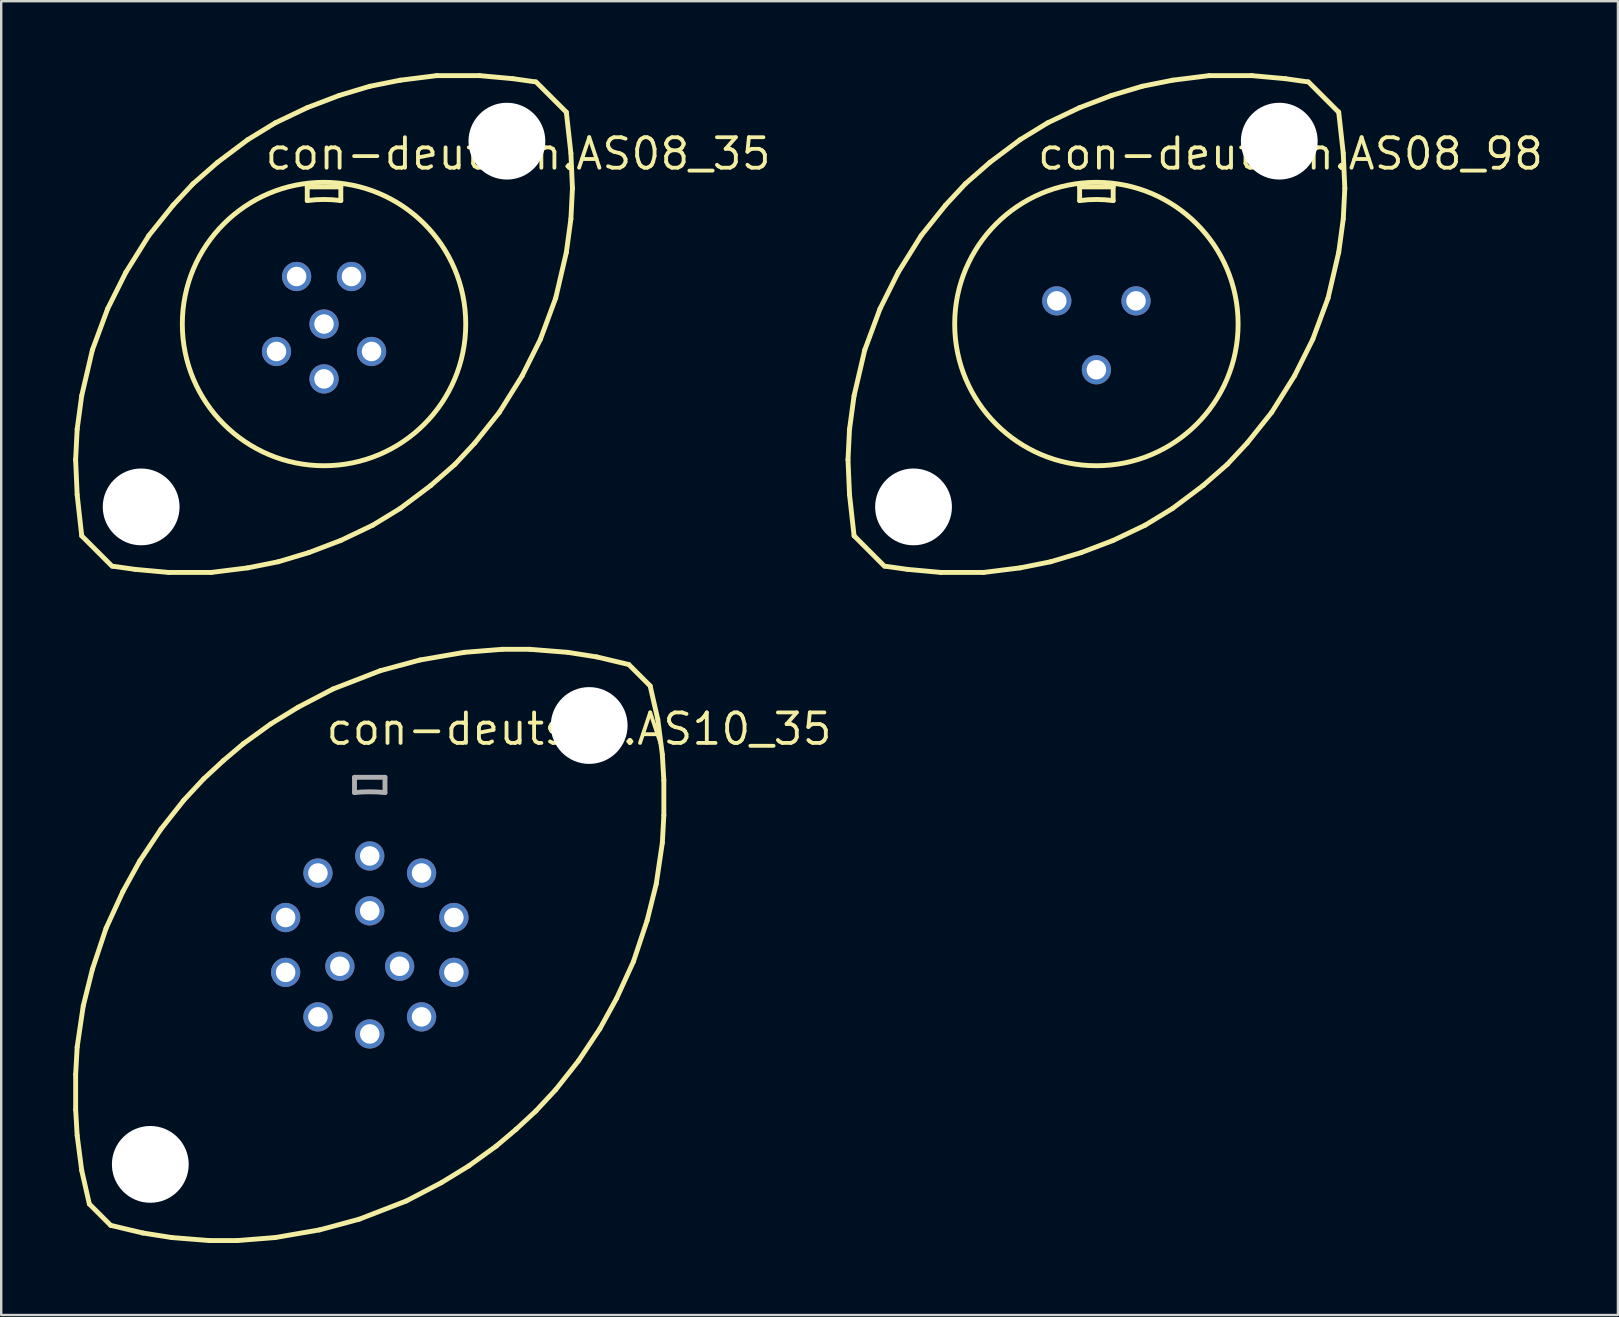
<source format=kicad_pcb>
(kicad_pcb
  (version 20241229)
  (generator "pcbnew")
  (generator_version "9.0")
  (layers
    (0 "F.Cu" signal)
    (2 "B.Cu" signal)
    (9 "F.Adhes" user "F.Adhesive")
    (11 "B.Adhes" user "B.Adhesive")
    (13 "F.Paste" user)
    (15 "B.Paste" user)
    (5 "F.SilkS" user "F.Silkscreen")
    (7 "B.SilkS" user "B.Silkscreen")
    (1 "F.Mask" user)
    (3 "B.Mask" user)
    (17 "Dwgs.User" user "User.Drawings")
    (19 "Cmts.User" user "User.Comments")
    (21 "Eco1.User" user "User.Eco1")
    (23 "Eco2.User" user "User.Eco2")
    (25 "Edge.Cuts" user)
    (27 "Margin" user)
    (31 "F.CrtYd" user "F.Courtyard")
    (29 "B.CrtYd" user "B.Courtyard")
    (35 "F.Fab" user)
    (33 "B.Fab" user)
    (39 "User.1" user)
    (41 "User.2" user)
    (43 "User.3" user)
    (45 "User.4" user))
  (footprint "con-deutsch.AS10_35"
    (layer "F.Cu")
    (at 12.357 36.325)
    (property "Reference" "con-deutsch.AS10_35" (at -1.905 -8.255 0) (layer "F.SilkS") (effects (font (size 1.27 1.27) (thickness 0.16)) (justify left bottom)))
    (attr through_hole)
    (fp_line (start -12.255 5.397) (end -12.192 4.255) (stroke (width 0.203) (type default)) (layer "F.SilkS"))
    (fp_line (start -12.255 6.858) (end -12.255 5.397) (stroke (width 0.203) (type default)) (layer "F.SilkS"))
    (fp_line (start -12.192 4.255) (end -11.938 2.54) (stroke (width 0.203) (type default)) (layer "F.SilkS"))
    (fp_line (start -12.192 7.938) (end -12.255 6.858) (stroke (width 0.203) (type default)) (layer "F.SilkS"))
    (fp_line (start -12.002 9.398) (end -12.192 7.938) (stroke (width 0.203) (type default)) (layer "F.SilkS"))
    (fp_line (start -11.938 2.54) (end -11.557 1.016) (stroke (width 0.203) (type default)) (layer "F.SilkS"))
    (fp_line (start -11.684 10.795) (end -12.002 9.398) (stroke (width 0.203) (type default)) (layer "F.SilkS"))
    (fp_line (start -11.684 10.795) (end -10.795 11.684) (stroke (width 0.203) (type default)) (layer "F.SilkS"))
    (fp_line (start -11.557 1.016) (end -10.986 -0.699) (stroke (width 0.203) (type default)) (layer "F.SilkS"))
    (fp_line (start -10.986 -0.699) (end -10.287 -2.223) (stroke (width 0.203) (type default)) (layer "F.SilkS"))
    (fp_line (start -10.287 -2.223) (end -9.588 -3.493) (stroke (width 0.203) (type default)) (layer "F.SilkS"))
    (fp_line (start -9.588 -3.493) (end -8.7 -4.826) (stroke (width 0.203) (type default)) (layer "F.SilkS"))
    (fp_line (start -9.461 12.002) (end -10.795 11.684) (stroke (width 0.203) (type default)) (layer "F.SilkS"))
    (fp_line (start -8.7 -4.826) (end -7.747 -6.032) (stroke (width 0.203) (type default)) (layer "F.SilkS"))
    (fp_line (start -8.255 12.192) (end -9.461 12.002) (stroke (width 0.203) (type default)) (layer "F.SilkS"))
    (fp_line (start -7.747 -6.032) (end -6.921 -6.921) (stroke (width 0.203) (type default)) (layer "F.SilkS"))
    (fp_line (start -6.921 -6.921) (end -6.096 -7.684) (stroke (width 0.203) (type default)) (layer "F.SilkS"))
    (fp_line (start -6.668 12.319) (end -8.255 12.192) (stroke (width 0.203) (type default)) (layer "F.SilkS"))
    (fp_line (start -6.096 -7.684) (end -5.271 -8.382) (stroke (width 0.203) (type default)) (layer "F.SilkS"))
    (fp_line (start -5.524 12.319) (end -6.668 12.319) (stroke (width 0.203) (type default)) (layer "F.SilkS"))
    (fp_line (start -5.271 -8.382) (end -4.128 -9.207) (stroke (width 0.203) (type default)) (layer "F.SilkS"))
    (fp_line (start -4.128 -9.207) (end -2.985 -9.906) (stroke (width 0.203) (type default)) (layer "F.SilkS"))
    (fp_line (start -3.937 12.192) (end -5.524 12.319) (stroke (width 0.203) (type default)) (layer "F.SilkS"))
    (fp_line (start -2.985 -9.906) (end -1.524 -10.668) (stroke (width 0.203) (type default)) (layer "F.SilkS"))
    (fp_line (start -2.095 11.874) (end -3.937 12.192) (stroke (width 0.203) (type default)) (layer "F.SilkS"))
    (fp_line (start -1.524 -10.668) (end 0.445 -11.43) (stroke (width 0.203) (type default)) (layer "F.SilkS"))
    (fp_line (start -0.445 11.43) (end -2.095 11.874) (stroke (width 0.203) (type default)) (layer "F.SilkS"))
    (fp_line (start 0.445 -11.43) (end 2.095 -11.874) (stroke (width 0.203) (type default)) (layer "F.SilkS"))
    (fp_line (start 1.524 10.668) (end -0.445 11.43) (stroke (width 0.203) (type default)) (layer "F.SilkS"))
    (fp_line (start 2.095 -11.874) (end 3.937 -12.192) (stroke (width 0.203) (type default)) (layer "F.SilkS"))
    (fp_line (start 2.985 9.906) (end 1.524 10.668) (stroke (width 0.203) (type default)) (layer "F.SilkS"))
    (fp_line (start 3.937 -12.192) (end 5.524 -12.319) (stroke (width 0.203) (type default)) (layer "F.SilkS"))
    (fp_line (start 4.128 9.207) (end 2.985 9.906) (stroke (width 0.203) (type default)) (layer "F.SilkS"))
    (fp_line (start 5.271 8.382) (end 4.128 9.207) (stroke (width 0.203) (type default)) (layer "F.SilkS"))
    (fp_line (start 5.524 -12.319) (end 6.668 -12.319) (stroke (width 0.203) (type default)) (layer "F.SilkS"))
    (fp_line (start 6.096 7.684) (end 5.271 8.382) (stroke (width 0.203) (type default)) (layer "F.SilkS"))
    (fp_line (start 6.668 -12.319) (end 8.255 -12.192) (stroke (width 0.203) (type default)) (layer "F.SilkS"))
    (fp_line (start 6.921 6.921) (end 6.096 7.684) (stroke (width 0.203) (type default)) (layer "F.SilkS"))
    (fp_line (start 7.747 6.032) (end 6.921 6.921) (stroke (width 0.203) (type default)) (layer "F.SilkS"))
    (fp_line (start 8.255 -12.192) (end 9.461 -12.002) (stroke (width 0.203) (type default)) (layer "F.SilkS"))
    (fp_line (start 8.7 4.826) (end 7.747 6.032) (stroke (width 0.203) (type default)) (layer "F.SilkS"))
    (fp_line (start 9.461 -12.002) (end 10.795 -11.684) (stroke (width 0.203) (type default)) (layer "F.SilkS"))
    (fp_line (start 9.588 3.493) (end 8.7 4.826) (stroke (width 0.203) (type default)) (layer "F.SilkS"))
    (fp_line (start 10.287 2.223) (end 9.588 3.493) (stroke (width 0.203) (type default)) (layer "F.SilkS"))
    (fp_line (start 10.795 -11.684) (end 11.684 -10.795) (stroke (width 0.203) (type default)) (layer "F.SilkS"))
    (fp_line (start 10.986 0.699) (end 10.287 2.223) (stroke (width 0.203) (type default)) (layer "F.SilkS"))
    (fp_line (start 11.557 -1.016) (end 10.986 0.699) (stroke (width 0.203) (type default)) (layer "F.SilkS"))
    (fp_line (start 11.684 -10.795) (end 12.002 -9.398) (stroke (width 0.203) (type default)) (layer "F.SilkS"))
    (fp_line (start 11.938 -2.54) (end 11.557 -1.016) (stroke (width 0.203) (type default)) (layer "F.SilkS"))
    (fp_line (start 12.002 -9.398) (end 12.192 -7.938) (stroke (width 0.203) (type default)) (layer "F.SilkS"))
    (fp_line (start 12.192 -7.938) (end 12.255 -6.858) (stroke (width 0.203) (type default)) (layer "F.SilkS"))
    (fp_line (start 12.192 -4.255) (end 11.938 -2.54) (stroke (width 0.203) (type default)) (layer "F.SilkS"))
    (fp_line (start 12.255 -6.858) (end 12.255 -5.397) (stroke (width 0.203) (type default)) (layer "F.SilkS"))
    (fp_line (start 12.255 -5.397) (end 12.192 -4.255) (stroke (width 0.203) (type default)) (layer "F.SilkS"))
    (fp_line (start -0.635 -6.985) (end 0.635 -6.985) (stroke (width 0.203) (type default)) (layer "F.Fab"))
    (fp_line (start -0.635 -6.35) (end -0.635 -6.985) (stroke (width 0.203) (type default)) (layer "F.Fab"))
    (fp_line (start 0.635 -6.985) (end 0.635 -6.35) (stroke (width 0.203) (type default)) (layer "F.Fab"))
    (fp_arc (start -0.635 -6.35) (mid 0 -6.381671) (end 0.635 -6.35) (stroke (width 0.2032) (type default)) (layer "F.Fab"))
    (pad "" np_thru_hole circle (at -9.144 9.144) (size 3.2 3.2) (drill 3.2) (layers "*.Cu" "*.Mask"))
    (pad "" np_thru_hole circle (at 9.144 -9.144) (size 3.2 3.2) (drill 3.2) (layers "*.Cu" "*.Mask"))
    (pad "1" thru_hole circle (at 0 -3.708) (size 1.219 1.219) (drill 0.813) (layers "*.Cu" "*.Mask"))
    (pad "2" thru_hole circle (at 2.159 -2.997) (size 1.219 1.219) (drill 0.813) (layers "*.Cu" "*.Mask"))
    (pad "3" thru_hole circle (at 3.505 -1.143) (size 1.219 1.219) (drill 0.813) (layers "*.Cu" "*.Mask"))
    (pad "4" thru_hole circle (at 3.505 1.143) (size 1.219 1.219) (drill 0.813) (layers "*.Cu" "*.Mask"))
    (pad "5" thru_hole circle (at 2.159 2.997) (size 1.219 1.219) (drill 0.813) (layers "*.Cu" "*.Mask"))
    (pad "6" thru_hole circle (at 0 3.708) (size 1.219 1.219) (drill 0.813) (layers "*.Cu" "*.Mask"))
    (pad "7" thru_hole circle (at -2.159 2.997) (size 1.219 1.219) (drill 0.813) (layers "*.Cu" "*.Mask"))
    (pad "8" thru_hole circle (at -3.505 1.143) (size 1.219 1.219) (drill 0.813) (layers "*.Cu" "*.Mask"))
    (pad "9" thru_hole circle (at -3.505 -1.143) (size 1.219 1.219) (drill 0.813) (layers "*.Cu" "*.Mask"))
    (pad "10" thru_hole circle (at -2.159 -2.997) (size 1.219 1.219) (drill 0.813) (layers "*.Cu" "*.Mask"))
    (pad "11" thru_hole circle (at 0 -1.422) (size 1.219 1.219) (drill 0.813) (layers "*.Cu" "*.Mask"))
    (pad "12" thru_hole circle (at 1.245 0.889) (size 1.219 1.219) (drill 0.813) (layers "*.Cu" "*.Mask"))
    (pad "13" thru_hole circle (at -1.245 0.889) (size 1.219 1.219) (drill 0.813) (layers "*.Cu" "*.Mask")))
  (footprint "con-deutsch.AS08_98"
    (layer "F.Cu")
    (at 42.636 10.452)
    (property "Reference" "con-deutsch.AS08_98" (at -2.54 -6.35 0) (layer "F.SilkS") (effects (font (size 1.27 1.27) (thickness 0.16)) (justify left bottom)))
    (attr through_hole)
    (fp_line (start -10.351 5.652) (end -10.287 4.381) (stroke (width 0.203) (type default)) (layer "F.SilkS"))
    (fp_line (start -10.287 4.381) (end -10.097 2.985) (stroke (width 0.203) (type default)) (layer "F.SilkS"))
    (fp_line (start -10.287 7.112) (end -10.351 5.652) (stroke (width 0.203) (type default)) (layer "F.SilkS"))
    (fp_line (start -10.097 2.985) (end -9.652 1.079) (stroke (width 0.203) (type default)) (layer "F.SilkS"))
    (fp_line (start -10.097 8.826) (end -10.287 7.112) (stroke (width 0.203) (type default)) (layer "F.SilkS"))
    (fp_line (start -9.652 1.079) (end -9.017 -0.635) (stroke (width 0.203) (type default)) (layer "F.SilkS"))
    (fp_line (start -9.017 -0.635) (end -8.255 -2.159) (stroke (width 0.203) (type default)) (layer "F.SilkS"))
    (fp_line (start -8.826 10.097) (end -10.097 8.826) (stroke (width 0.203) (type default)) (layer "F.SilkS"))
    (fp_line (start -8.255 -2.159) (end -7.303 -3.683) (stroke (width 0.203) (type default)) (layer "F.SilkS"))
    (fp_line (start -7.874 10.223) (end -8.763 10.097) (stroke (width 0.203) (type default)) (layer "F.SilkS"))
    (fp_line (start -7.303 -3.683) (end -6.287 -4.953) (stroke (width 0.203) (type default)) (layer "F.SilkS"))
    (fp_line (start -6.477 10.351) (end -7.874 10.223) (stroke (width 0.203) (type default)) (layer "F.SilkS"))
    (fp_line (start -6.287 -4.953) (end -5.461 -5.842) (stroke (width 0.203) (type default)) (layer "F.SilkS"))
    (fp_line (start -5.461 -5.842) (end -4.445 -6.731) (stroke (width 0.203) (type default)) (layer "F.SilkS"))
    (fp_line (start -4.699 10.351) (end -6.477 10.351) (stroke (width 0.203) (type default)) (layer "F.SilkS"))
    (fp_line (start -4.445 -6.731) (end -3.175 -7.684) (stroke (width 0.203) (type default)) (layer "F.SilkS"))
    (fp_line (start -3.175 -7.684) (end -2.032 -8.382) (stroke (width 0.203) (type default)) (layer "F.SilkS"))
    (fp_line (start -3.175 10.16) (end -4.699 10.351) (stroke (width 0.203) (type default)) (layer "F.SilkS"))
    (fp_line (start -2.032 -8.382) (end -0.699 -9.017) (stroke (width 0.203) (type default)) (layer "F.SilkS"))
    (fp_line (start -1.905 9.906) (end -3.175 10.16) (stroke (width 0.203) (type default)) (layer "F.SilkS"))
    (fp_line (start -0.699 -9.017) (end 0.635 -9.525) (stroke (width 0.203) (type default)) (layer "F.SilkS"))
    (fp_line (start -0.699 -5.715) (end 0.699 -5.715) (stroke (width 0.203) (type default)) (layer "F.SilkS"))
    (fp_line (start -0.699 -5.144) (end -0.699 -5.715) (stroke (width 0.203) (type default)) (layer "F.SilkS"))
    (fp_line (start -0.635 9.525) (end -1.905 9.906) (stroke (width 0.203) (type default)) (layer "F.SilkS"))
    (fp_line (start 0.635 -9.525) (end 1.905 -9.906) (stroke (width 0.203) (type default)) (layer "F.SilkS"))
    (fp_line (start 0.699 -5.715) (end 0.699 -5.144) (stroke (width 0.203) (type default)) (layer "F.SilkS"))
    (fp_line (start 0.699 9.017) (end -0.635 9.525) (stroke (width 0.203) (type default)) (layer "F.SilkS"))
    (fp_line (start 1.905 -9.906) (end 3.175 -10.16) (stroke (width 0.203) (type default)) (layer "F.SilkS"))
    (fp_line (start 2.032 8.382) (end 0.699 9.017) (stroke (width 0.203) (type default)) (layer "F.SilkS"))
    (fp_line (start 3.175 -10.16) (end 4.699 -10.351) (stroke (width 0.203) (type default)) (layer "F.SilkS"))
    (fp_line (start 3.175 7.684) (end 2.032 8.382) (stroke (width 0.203) (type default)) (layer "F.SilkS"))
    (fp_line (start 4.445 6.731) (end 3.175 7.684) (stroke (width 0.203) (type default)) (layer "F.SilkS"))
    (fp_line (start 4.699 -10.351) (end 6.477 -10.351) (stroke (width 0.203) (type default)) (layer "F.SilkS"))
    (fp_line (start 5.461 5.842) (end 4.445 6.731) (stroke (width 0.203) (type default)) (layer "F.SilkS"))
    (fp_line (start 6.287 4.953) (end 5.461 5.842) (stroke (width 0.203) (type default)) (layer "F.SilkS"))
    (fp_line (start 6.477 -10.351) (end 7.874 -10.223) (stroke (width 0.203) (type default)) (layer "F.SilkS"))
    (fp_line (start 7.303 3.683) (end 6.287 4.953) (stroke (width 0.203) (type default)) (layer "F.SilkS"))
    (fp_line (start 7.874 -10.223) (end 8.763 -10.097) (stroke (width 0.203) (type default)) (layer "F.SilkS"))
    (fp_line (start 8.255 2.159) (end 7.303 3.683) (stroke (width 0.203) (type default)) (layer "F.SilkS"))
    (fp_line (start 8.826 -10.097) (end 10.097 -8.826) (stroke (width 0.203) (type default)) (layer "F.SilkS"))
    (fp_line (start 9.017 0.635) (end 8.255 2.159) (stroke (width 0.203) (type default)) (layer "F.SilkS"))
    (fp_line (start 9.652 -1.079) (end 9.017 0.635) (stroke (width 0.203) (type default)) (layer "F.SilkS"))
    (fp_line (start 10.097 -8.826) (end 10.287 -7.112) (stroke (width 0.203) (type default)) (layer "F.SilkS"))
    (fp_line (start 10.097 -2.985) (end 9.652 -1.079) (stroke (width 0.203) (type default)) (layer "F.SilkS"))
    (fp_line (start 10.287 -7.112) (end 10.351 -5.652) (stroke (width 0.203) (type default)) (layer "F.SilkS"))
    (fp_line (start 10.287 -4.381) (end 10.097 -2.985) (stroke (width 0.203) (type default)) (layer "F.SilkS"))
    (fp_line (start 10.351 -5.652) (end 10.287 -4.381) (stroke (width 0.203) (type default)) (layer "F.SilkS"))
    (fp_arc (start -0.6985 -5.1435) (mid 0 -5.190712) (end 0.6985 -5.1435) (stroke (width 0.2032) (type default)) (layer "F.SilkS"))
    (fp_circle (center 0 0) (end 5.905 0) (stroke (width 0.203) (type default)) (fill no) (layer "F.SilkS"))
    (pad "" np_thru_hole circle (at -7.62 7.62) (size 3.2 3.2) (drill 3.2) (layers "*.Cu" "*.Mask"))
    (pad "" np_thru_hole circle (at 7.62 -7.62) (size 3.2 3.2) (drill 3.2) (layers "*.Cu" "*.Mask"))
    (pad "A" thru_hole circle (at 1.651 -0.965) (size 1.219 1.219) (drill 0.813) (layers "*.Cu" "*.Mask"))
    (pad "B" thru_hole circle (at -1.651 -0.965) (size 1.219 1.219) (drill 0.813) (layers "*.Cu" "*.Mask"))
    (pad "C" thru_hole circle (at 0 1.905) (size 1.219 1.219) (drill 0.813) (layers "*.Cu" "*.Mask")))
  (footprint "con-deutsch.AS08_35"
    (layer "F.Cu")
    (at 10.452 10.452)
    (property "Reference" "con-deutsch.AS08_35" (at -2.54 -6.35 0) (layer "F.SilkS") (effects (font (size 1.27 1.27) (thickness 0.16)) (justify left bottom)))
    (attr through_hole)
    (fp_line (start -10.351 5.652) (end -10.287 4.381) (stroke (width 0.203) (type default)) (layer "F.SilkS"))
    (fp_line (start -10.287 4.381) (end -10.097 2.985) (stroke (width 0.203) (type default)) (layer "F.SilkS"))
    (fp_line (start -10.287 7.112) (end -10.351 5.652) (stroke (width 0.203) (type default)) (layer "F.SilkS"))
    (fp_line (start -10.097 2.985) (end -9.652 1.079) (stroke (width 0.203) (type default)) (layer "F.SilkS"))
    (fp_line (start -10.097 8.826) (end -10.287 7.112) (stroke (width 0.203) (type default)) (layer "F.SilkS"))
    (fp_line (start -9.652 1.079) (end -9.017 -0.635) (stroke (width 0.203) (type default)) (layer "F.SilkS"))
    (fp_line (start -9.017 -0.635) (end -8.255 -2.159) (stroke (width 0.203) (type default)) (layer "F.SilkS"))
    (fp_line (start -8.826 10.097) (end -10.097 8.826) (stroke (width 0.203) (type default)) (layer "F.SilkS"))
    (fp_line (start -8.255 -2.159) (end -7.303 -3.683) (stroke (width 0.203) (type default)) (layer "F.SilkS"))
    (fp_line (start -7.874 10.223) (end -8.763 10.097) (stroke (width 0.203) (type default)) (layer "F.SilkS"))
    (fp_line (start -7.303 -3.683) (end -6.287 -4.953) (stroke (width 0.203) (type default)) (layer "F.SilkS"))
    (fp_line (start -6.477 10.351) (end -7.874 10.223) (stroke (width 0.203) (type default)) (layer "F.SilkS"))
    (fp_line (start -6.287 -4.953) (end -5.461 -5.842) (stroke (width 0.203) (type default)) (layer "F.SilkS"))
    (fp_line (start -5.461 -5.842) (end -4.445 -6.731) (stroke (width 0.203) (type default)) (layer "F.SilkS"))
    (fp_line (start -4.699 10.351) (end -6.477 10.351) (stroke (width 0.203) (type default)) (layer "F.SilkS"))
    (fp_line (start -4.445 -6.731) (end -3.175 -7.684) (stroke (width 0.203) (type default)) (layer "F.SilkS"))
    (fp_line (start -3.175 -7.684) (end -2.032 -8.382) (stroke (width 0.203) (type default)) (layer "F.SilkS"))
    (fp_line (start -3.175 10.16) (end -4.699 10.351) (stroke (width 0.203) (type default)) (layer "F.SilkS"))
    (fp_line (start -2.032 -8.382) (end -0.699 -9.017) (stroke (width 0.203) (type default)) (layer "F.SilkS"))
    (fp_line (start -1.905 9.906) (end -3.175 10.16) (stroke (width 0.203) (type default)) (layer "F.SilkS"))
    (fp_line (start -0.699 -9.017) (end 0.635 -9.525) (stroke (width 0.203) (type default)) (layer "F.SilkS"))
    (fp_line (start -0.699 -5.715) (end 0.699 -5.715) (stroke (width 0.203) (type default)) (layer "F.SilkS"))
    (fp_line (start -0.699 -5.144) (end -0.699 -5.715) (stroke (width 0.203) (type default)) (layer "F.SilkS"))
    (fp_line (start -0.635 9.525) (end -1.905 9.906) (stroke (width 0.203) (type default)) (layer "F.SilkS"))
    (fp_line (start 0.635 -9.525) (end 1.905 -9.906) (stroke (width 0.203) (type default)) (layer "F.SilkS"))
    (fp_line (start 0.699 -5.715) (end 0.699 -5.144) (stroke (width 0.203) (type default)) (layer "F.SilkS"))
    (fp_line (start 0.699 9.017) (end -0.635 9.525) (stroke (width 0.203) (type default)) (layer "F.SilkS"))
    (fp_line (start 1.905 -9.906) (end 3.175 -10.16) (stroke (width 0.203) (type default)) (layer "F.SilkS"))
    (fp_line (start 2.032 8.382) (end 0.699 9.017) (stroke (width 0.203) (type default)) (layer "F.SilkS"))
    (fp_line (start 3.175 -10.16) (end 4.699 -10.351) (stroke (width 0.203) (type default)) (layer "F.SilkS"))
    (fp_line (start 3.175 7.684) (end 2.032 8.382) (stroke (width 0.203) (type default)) (layer "F.SilkS"))
    (fp_line (start 4.445 6.731) (end 3.175 7.684) (stroke (width 0.203) (type default)) (layer "F.SilkS"))
    (fp_line (start 4.699 -10.351) (end 6.477 -10.351) (stroke (width 0.203) (type default)) (layer "F.SilkS"))
    (fp_line (start 5.461 5.842) (end 4.445 6.731) (stroke (width 0.203) (type default)) (layer "F.SilkS"))
    (fp_line (start 6.287 4.953) (end 5.461 5.842) (stroke (width 0.203) (type default)) (layer "F.SilkS"))
    (fp_line (start 6.477 -10.351) (end 7.874 -10.223) (stroke (width 0.203) (type default)) (layer "F.SilkS"))
    (fp_line (start 7.303 3.683) (end 6.287 4.953) (stroke (width 0.203) (type default)) (layer "F.SilkS"))
    (fp_line (start 7.874 -10.223) (end 8.763 -10.097) (stroke (width 0.203) (type default)) (layer "F.SilkS"))
    (fp_line (start 8.255 2.159) (end 7.303 3.683) (stroke (width 0.203) (type default)) (layer "F.SilkS"))
    (fp_line (start 8.826 -10.097) (end 10.097 -8.826) (stroke (width 0.203) (type default)) (layer "F.SilkS"))
    (fp_line (start 9.017 0.635) (end 8.255 2.159) (stroke (width 0.203) (type default)) (layer "F.SilkS"))
    (fp_line (start 9.652 -1.079) (end 9.017 0.635) (stroke (width 0.203) (type default)) (layer "F.SilkS"))
    (fp_line (start 10.097 -8.826) (end 10.287 -7.112) (stroke (width 0.203) (type default)) (layer "F.SilkS"))
    (fp_line (start 10.097 -2.985) (end 9.652 -1.079) (stroke (width 0.203) (type default)) (layer "F.SilkS"))
    (fp_line (start 10.287 -7.112) (end 10.351 -5.652) (stroke (width 0.203) (type default)) (layer "F.SilkS"))
    (fp_line (start 10.287 -4.381) (end 10.097 -2.985) (stroke (width 0.203) (type default)) (layer "F.SilkS"))
    (fp_line (start 10.351 -5.652) (end 10.287 -4.381) (stroke (width 0.203) (type default)) (layer "F.SilkS"))
    (fp_arc (start -0.6985 -5.1435) (mid 0 -5.190712) (end 0.6985 -5.1435) (stroke (width 0.2032) (type default)) (layer "F.SilkS"))
    (fp_circle (center 0 0) (end 5.905 0) (stroke (width 0.203) (type default)) (fill no) (layer "F.SilkS"))
    (pad "" np_thru_hole circle (at -7.62 7.62) (size 3.2 3.2) (drill 3.2) (layers "*.Cu" "*.Mask"))
    (pad "" np_thru_hole circle (at 7.62 -7.62) (size 3.2 3.2) (drill 3.2) (layers "*.Cu" "*.Mask"))
    (pad "1" thru_hole circle (at 1.143 -1.981) (size 1.219 1.219) (drill 0.813) (layers "*.Cu" "*.Mask"))
    (pad "2" thru_hole circle (at 1.981 1.143) (size 1.219 1.219) (drill 0.813) (layers "*.Cu" "*.Mask"))
    (pad "3" thru_hole circle (at 0 2.286) (size 1.219 1.219) (drill 0.813) (layers "*.Cu" "*.Mask"))
    (pad "4" thru_hole circle (at -1.981 1.143) (size 1.219 1.219) (drill 0.813) (layers "*.Cu" "*.Mask"))
    (pad "5" thru_hole circle (at -1.143 -1.981) (size 1.219 1.219) (drill 0.813) (layers "*.Cu" "*.Mask"))
    (pad "6" thru_hole circle (at 0 0) (size 1.219 1.219) (drill 0.813) (layers "*.Cu" "*.Mask")))
  (gr_rect
    (start -3 -3)
    (end 64.368 51.745)
    (stroke (width 0.1) (type default))
    (fill no)
    (layer "Edge.Cuts")))
</source>
